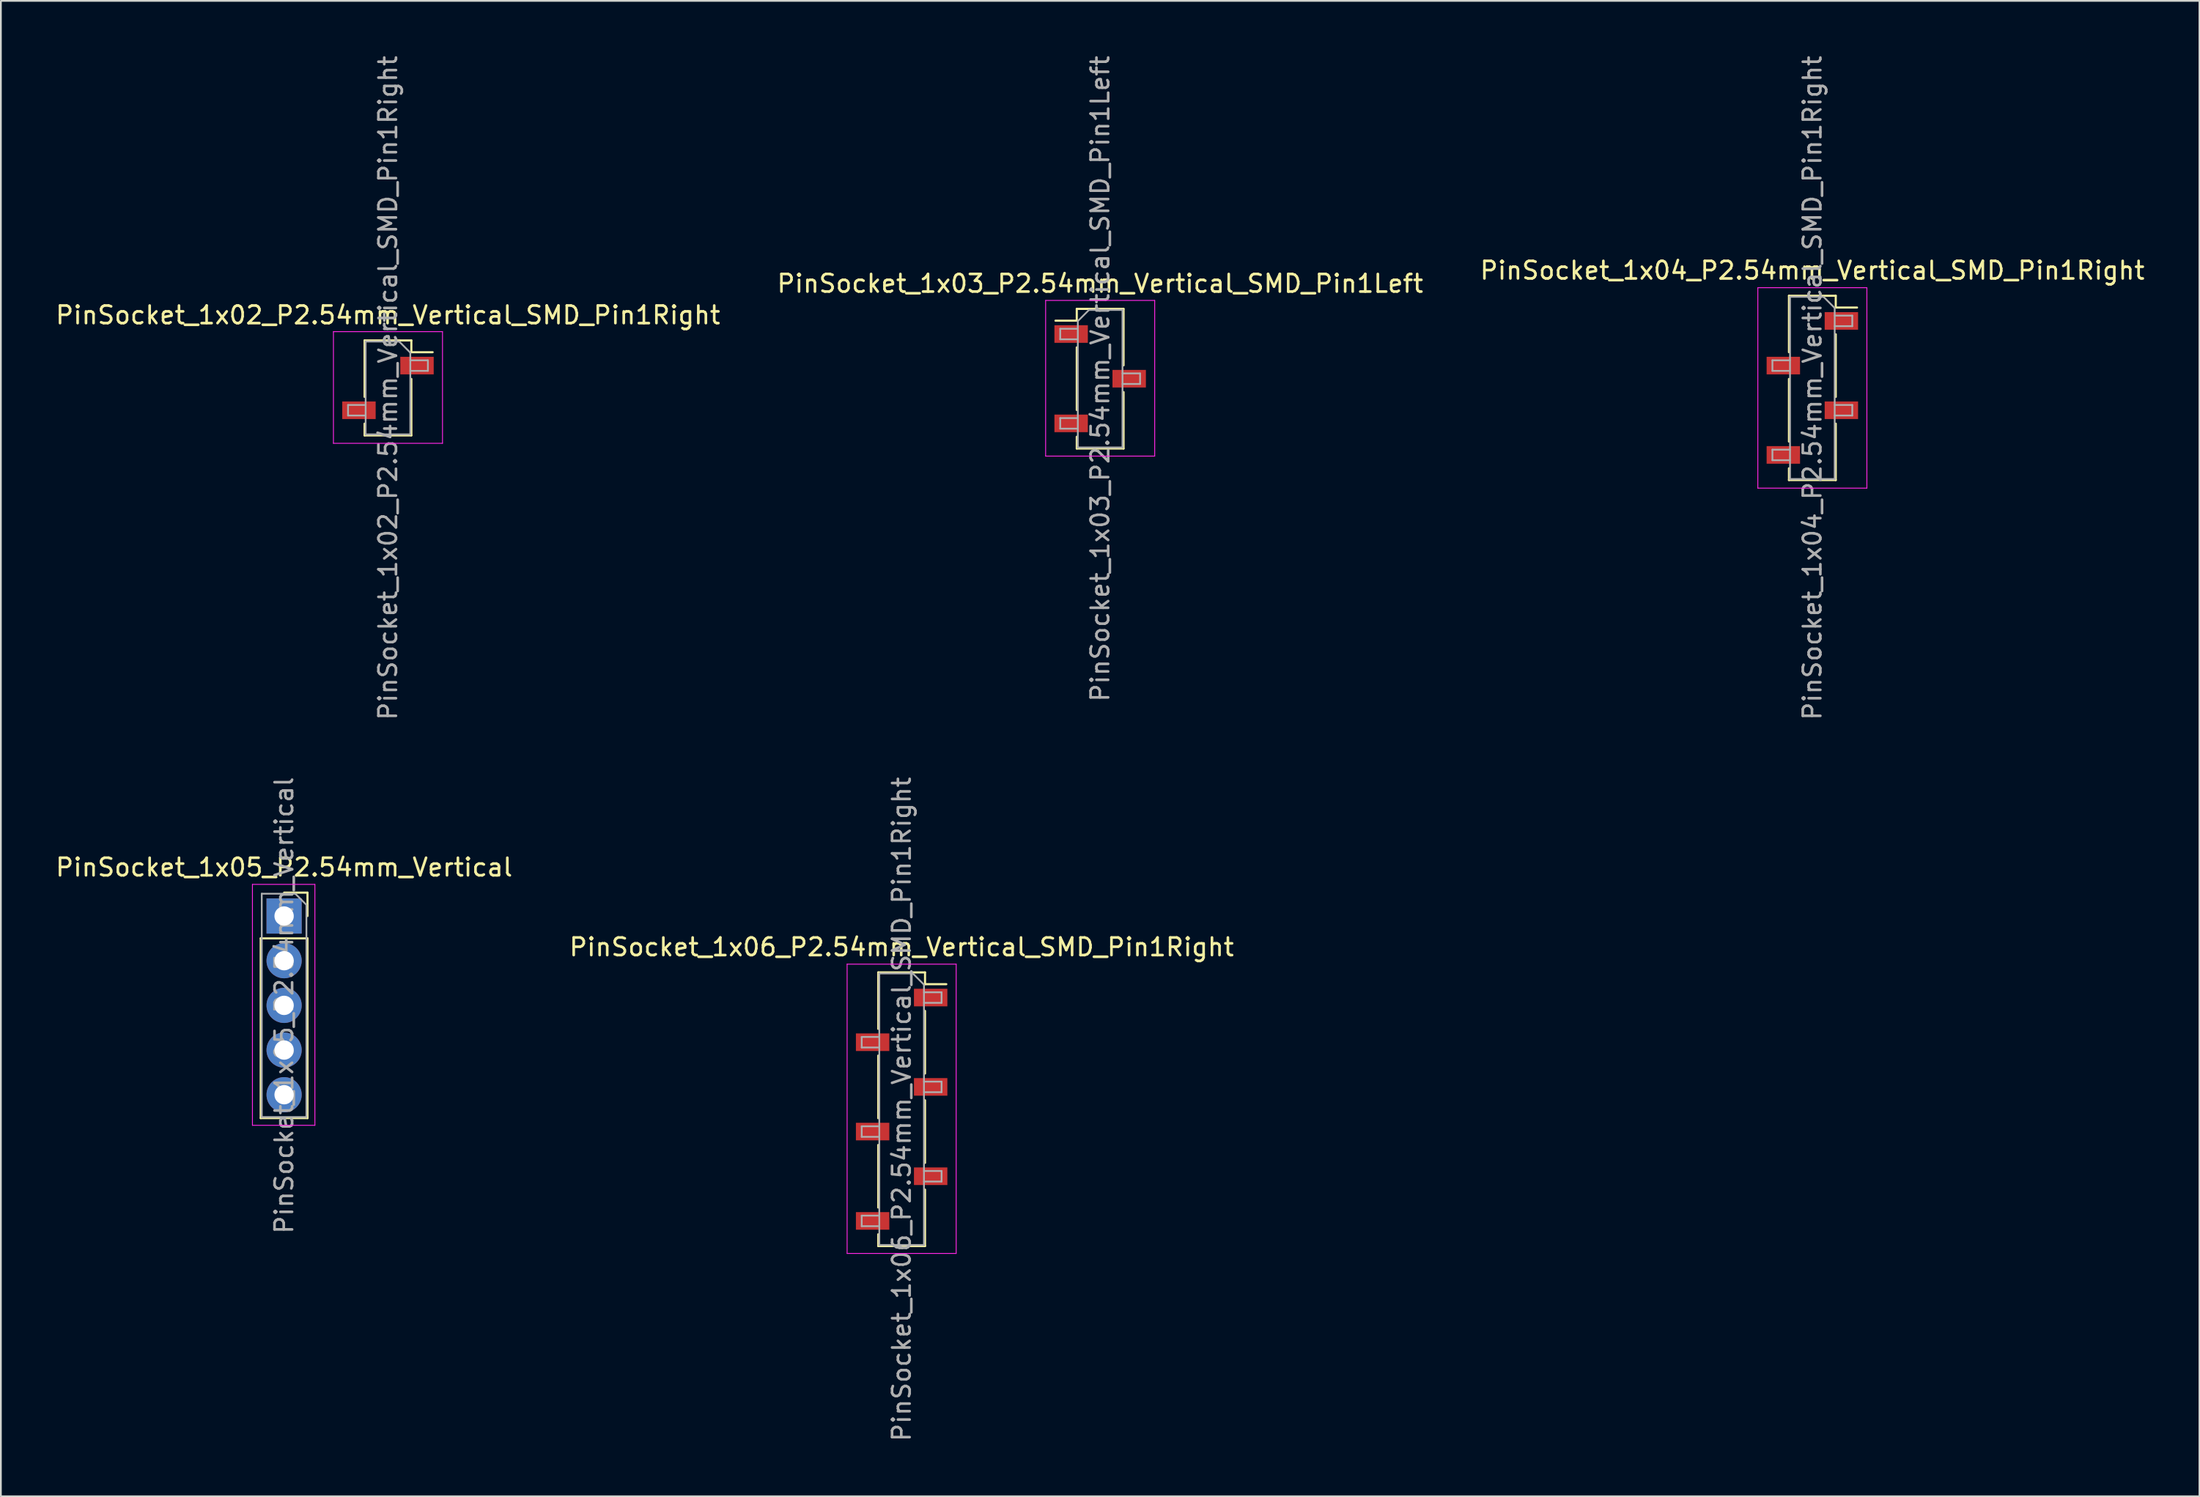
<source format=kicad_pcb>
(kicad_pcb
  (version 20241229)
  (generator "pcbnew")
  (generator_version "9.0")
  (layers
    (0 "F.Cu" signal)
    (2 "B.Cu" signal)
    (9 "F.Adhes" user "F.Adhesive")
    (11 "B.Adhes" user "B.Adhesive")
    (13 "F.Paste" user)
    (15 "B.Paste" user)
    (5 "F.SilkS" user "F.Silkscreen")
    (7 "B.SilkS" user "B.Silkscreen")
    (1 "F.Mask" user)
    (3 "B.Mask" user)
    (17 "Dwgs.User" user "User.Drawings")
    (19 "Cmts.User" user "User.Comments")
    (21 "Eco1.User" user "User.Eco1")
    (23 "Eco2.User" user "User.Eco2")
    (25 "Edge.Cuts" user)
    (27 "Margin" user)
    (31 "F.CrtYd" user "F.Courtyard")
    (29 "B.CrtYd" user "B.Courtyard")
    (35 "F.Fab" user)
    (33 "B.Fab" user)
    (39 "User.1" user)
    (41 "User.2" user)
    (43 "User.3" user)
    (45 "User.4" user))
  (footprint "PinSocket_1x05_P2.54mm_Vertical"
    (layer "F.Cu")
    (at 13.101 49.033)
    (property "Reference" "PinSocket_1x05_P2.54mm_Vertical" (at 0 -2.77 0) (layer "F.SilkS") (effects (font (size 1 1) (thickness 0.15))))
    (attr through_hole)
    (fp_line (start -1.33 1.27) (end -1.33 11.49) (stroke (width 0.12) (type solid)) (layer "F.SilkS"))
    (fp_line (start -1.33 1.27) (end 1.33 1.27) (stroke (width 0.12) (type solid)) (layer "F.SilkS"))
    (fp_line (start -1.33 11.49) (end 1.33 11.49) (stroke (width 0.12) (type solid)) (layer "F.SilkS"))
    (fp_line (start 0 -1.33) (end 1.33 -1.33) (stroke (width 0.12) (type solid)) (layer "F.SilkS"))
    (fp_line (start 1.33 -1.33) (end 1.33 0) (stroke (width 0.12) (type solid)) (layer "F.SilkS"))
    (fp_line (start 1.33 1.27) (end 1.33 11.49) (stroke (width 0.12) (type solid)) (layer "F.SilkS"))
    (fp_line (start -1.8 -1.8) (end 1.75 -1.8) (stroke (width 0.05) (type solid)) (layer "F.CrtYd"))
    (fp_line (start -1.8 11.9) (end -1.8 -1.8) (stroke (width 0.05) (type solid)) (layer "F.CrtYd"))
    (fp_line (start 1.75 -1.8) (end 1.75 11.9) (stroke (width 0.05) (type solid)) (layer "F.CrtYd"))
    (fp_line (start 1.75 11.9) (end -1.8 11.9) (stroke (width 0.05) (type solid)) (layer "F.CrtYd"))
    (fp_line (start -1.27 -1.27) (end 0.635 -1.27) (stroke (width 0.1) (type solid)) (layer "F.Fab"))
    (fp_line (start -1.27 11.43) (end -1.27 -1.27) (stroke (width 0.1) (type solid)) (layer "F.Fab"))
    (fp_line (start 0.635 -1.27) (end 1.27 -0.635) (stroke (width 0.1) (type solid)) (layer "F.Fab"))
    (fp_line (start 1.27 -0.635) (end 1.27 11.43) (stroke (width 0.1) (type solid)) (layer "F.Fab"))
    (fp_line (start 1.27 11.43) (end -1.27 11.43) (stroke (width 0.1) (type solid)) (layer "F.Fab"))
    (fp_text user "${REFERENCE}" (at 0 5.08 90) (layer "F.Fab") (effects (font (size 1 1) (thickness 0.15))))
    (pad "1" thru_hole rect (at 0 0) (size 2 2) (drill 1.1) (layers "*.Cu" "*.Mask"))
    (pad "2" thru_hole oval (at 0 2.54) (size 2 2) (drill 1.1) (layers "*.Cu" "*.Mask"))
    (pad "3" thru_hole oval (at 0 5.08) (size 2 2) (drill 1.1) (layers "*.Cu" "*.Mask"))
    (pad "4" thru_hole oval (at 0 7.62) (size 2 2) (drill 1.1) (layers "*.Cu" "*.Mask"))
    (pad "5" thru_hole oval (at 0 10.16) (size 2 2) (drill 1.1) (layers "*.Cu" "*.Mask")))
  (footprint "PinSocket_1x02_P2.54mm_Vertical_SMD_Pin1Right"
    (layer "F.Cu")
    (at 19.006 19.006)
    (property "Reference" "PinSocket_1x02_P2.54mm_Vertical_SMD_Pin1Right" (at 0 -4.14 0) (layer "F.SilkS") (effects (font (size 1 1) (thickness 0.15))))
    (attr smd)
    (fp_line (start -1.33 -2.7) (end -1.33 0.51) (stroke (width 0.12) (type solid)) (layer "F.SilkS"))
    (fp_line (start -1.33 -2.7) (end 1.33 -2.7) (stroke (width 0.12) (type solid)) (layer "F.SilkS"))
    (fp_line (start -1.33 2.03) (end -1.33 2.7) (stroke (width 0.12) (type solid)) (layer "F.SilkS"))
    (fp_line (start -1.33 2.7) (end 1.33 2.7) (stroke (width 0.12) (type solid)) (layer "F.SilkS"))
    (fp_line (start 1.33 -2.7) (end 1.33 -2.03) (stroke (width 0.12) (type solid)) (layer "F.SilkS"))
    (fp_line (start 1.33 -2.03) (end 2.54 -2.03) (stroke (width 0.12) (type solid)) (layer "F.SilkS"))
    (fp_line (start 1.33 -0.51) (end 1.33 2.7) (stroke (width 0.12) (type solid)) (layer "F.SilkS"))
    (fp_line (start -3.1 -3.2) (end 3.1 -3.2) (stroke (width 0.05) (type solid)) (layer "F.CrtYd"))
    (fp_line (start -3.1 3.15) (end -3.1 -3.2) (stroke (width 0.05) (type solid)) (layer "F.CrtYd"))
    (fp_line (start 3.1 -3.2) (end 3.1 3.15) (stroke (width 0.05) (type solid)) (layer "F.CrtYd"))
    (fp_line (start 3.1 3.15) (end -3.1 3.15) (stroke (width 0.05) (type solid)) (layer "F.CrtYd"))
    (fp_line (start -2.27 0.97) (end -1.27 0.97) (stroke (width 0.1) (type solid)) (layer "F.Fab"))
    (fp_line (start -2.27 1.57) (end -2.27 0.97) (stroke (width 0.1) (type solid)) (layer "F.Fab"))
    (fp_line (start -1.27 -2.64) (end 0.635 -2.64) (stroke (width 0.1) (type solid)) (layer "F.Fab"))
    (fp_line (start -1.27 1.57) (end -2.27 1.57) (stroke (width 0.1) (type solid)) (layer "F.Fab"))
    (fp_line (start -1.27 2.64) (end -1.27 -2.64) (stroke (width 0.1) (type solid)) (layer "F.Fab"))
    (fp_line (start 0.635 -2.64) (end 1.27 -2.005) (stroke (width 0.1) (type solid)) (layer "F.Fab"))
    (fp_line (start 1.27 -2.005) (end 1.27 2.64) (stroke (width 0.1) (type solid)) (layer "F.Fab"))
    (fp_line (start 1.27 -1.57) (end 2.27 -1.57) (stroke (width 0.1) (type solid)) (layer "F.Fab"))
    (fp_line (start 1.27 2.64) (end -1.27 2.64) (stroke (width 0.1) (type solid)) (layer "F.Fab"))
    (fp_line (start 2.27 -1.57) (end 2.27 -0.97) (stroke (width 0.1) (type solid)) (layer "F.Fab"))
    (fp_line (start 2.27 -0.97) (end 1.27 -0.97) (stroke (width 0.1) (type solid)) (layer "F.Fab"))
    (fp_text user "${REFERENCE}" (at 0 0 90) (layer "F.Fab") (effects (font (size 1 1) (thickness 0.15))))
    (pad "1" smd rect (at 1.65 -1.27) (size 1.9 1) (layers "F.Cu" "F.Mask" "F.Paste"))
    (pad "2" smd rect (at -1.65 1.27) (size 1.9 1) (layers "F.Cu" "F.Mask" "F.Paste")))
  (footprint "PinSocket_1x03_P2.54mm_Vertical_SMD_Pin1Left"
    (layer "F.Cu")
    (at 59.494 18.482)
    (property "Reference" "PinSocket_1x03_P2.54mm_Vertical_SMD_Pin1Left" (at 0 -5.41 0) (layer "F.SilkS") (effects (font (size 1 1) (thickness 0.15))))
    (attr smd)
    (fp_line (start -2.54 -3.3) (end -1.33 -3.3) (stroke (width 0.12) (type solid)) (layer "F.SilkS"))
    (fp_line (start -1.33 -3.97) (end -1.33 -3.3) (stroke (width 0.12) (type solid)) (layer "F.SilkS"))
    (fp_line (start -1.33 -3.97) (end 1.33 -3.97) (stroke (width 0.12) (type solid)) (layer "F.SilkS"))
    (fp_line (start -1.33 -1.78) (end -1.33 1.78) (stroke (width 0.12) (type solid)) (layer "F.SilkS"))
    (fp_line (start -1.33 3.3) (end -1.33 3.97) (stroke (width 0.12) (type solid)) (layer "F.SilkS"))
    (fp_line (start -1.33 3.97) (end 1.33 3.97) (stroke (width 0.12) (type solid)) (layer "F.SilkS"))
    (fp_line (start 1.33 -3.97) (end 1.33 -0.76) (stroke (width 0.12) (type solid)) (layer "F.SilkS"))
    (fp_line (start 1.33 0.76) (end 1.33 3.97) (stroke (width 0.12) (type solid)) (layer "F.SilkS"))
    (fp_line (start -3.1 -4.45) (end 3.1 -4.45) (stroke (width 0.05) (type solid)) (layer "F.CrtYd"))
    (fp_line (start -3.1 4.4) (end -3.1 -4.45) (stroke (width 0.05) (type solid)) (layer "F.CrtYd"))
    (fp_line (start 3.1 -4.45) (end 3.1 4.4) (stroke (width 0.05) (type solid)) (layer "F.CrtYd"))
    (fp_line (start 3.1 4.4) (end -3.1 4.4) (stroke (width 0.05) (type solid)) (layer "F.CrtYd"))
    (fp_line (start -2.27 -2.84) (end -1.27 -2.84) (stroke (width 0.1) (type solid)) (layer "F.Fab"))
    (fp_line (start -2.27 -2.24) (end -2.27 -2.84) (stroke (width 0.1) (type solid)) (layer "F.Fab"))
    (fp_line (start -2.27 2.24) (end -1.27 2.24) (stroke (width 0.1) (type solid)) (layer "F.Fab"))
    (fp_line (start -2.27 2.84) (end -2.27 2.24) (stroke (width 0.1) (type solid)) (layer "F.Fab"))
    (fp_line (start -1.27 -3.275) (end -0.635 -3.91) (stroke (width 0.1) (type solid)) (layer "F.Fab"))
    (fp_line (start -1.27 -2.24) (end -2.27 -2.24) (stroke (width 0.1) (type solid)) (layer "F.Fab"))
    (fp_line (start -1.27 2.84) (end -2.27 2.84) (stroke (width 0.1) (type solid)) (layer "F.Fab"))
    (fp_line (start -1.27 3.91) (end -1.27 -3.275) (stroke (width 0.1) (type solid)) (layer "F.Fab"))
    (fp_line (start -0.635 -3.91) (end 1.27 -3.91) (stroke (width 0.1) (type solid)) (layer "F.Fab"))
    (fp_line (start 1.27 -3.91) (end 1.27 3.91) (stroke (width 0.1) (type solid)) (layer "F.Fab"))
    (fp_line (start 1.27 -0.3) (end 2.27 -0.3) (stroke (width 0.1) (type solid)) (layer "F.Fab"))
    (fp_line (start 1.27 3.91) (end -1.27 3.91) (stroke (width 0.1) (type solid)) (layer "F.Fab"))
    (fp_line (start 2.27 -0.3) (end 2.27 0.3) (stroke (width 0.1) (type solid)) (layer "F.Fab"))
    (fp_line (start 2.27 0.3) (end 1.27 0.3) (stroke (width 0.1) (type solid)) (layer "F.Fab"))
    (fp_text user "${REFERENCE}" (at 0 0 90) (layer "F.Fab") (effects (font (size 1 1) (thickness 0.15))))
    (pad "1" smd rect (at -1.65 -2.54) (size 1.9 1) (layers "F.Cu" "F.Mask" "F.Paste"))
    (pad "2" smd rect (at 1.65 0) (size 1.9 1) (layers "F.Cu" "F.Mask" "F.Paste"))
    (pad "3" smd rect (at -1.65 2.54) (size 1.9 1) (layers "F.Cu" "F.Mask" "F.Paste")))
  (footprint "PinSocket_1x06_P2.54mm_Vertical_SMD_Pin1Right"
    (layer "F.Cu")
    (at 48.208 60.018)
    (property "Reference" "PinSocket_1x06_P2.54mm_Vertical_SMD_Pin1Right" (at 0 -9.22 0) (layer "F.SilkS") (effects (font (size 1 1) (thickness 0.15))))
    (attr smd)
    (fp_line (start -1.33 -7.78) (end -1.33 -4.57) (stroke (width 0.12) (type solid)) (layer "F.SilkS"))
    (fp_line (start -1.33 -7.78) (end 1.33 -7.78) (stroke (width 0.12) (type solid)) (layer "F.SilkS"))
    (fp_line (start -1.33 -3.05) (end -1.33 0.51) (stroke (width 0.12) (type solid)) (layer "F.SilkS"))
    (fp_line (start -1.33 2.03) (end -1.33 5.59) (stroke (width 0.12) (type solid)) (layer "F.SilkS"))
    (fp_line (start -1.33 7.11) (end -1.33 7.78) (stroke (width 0.12) (type solid)) (layer "F.SilkS"))
    (fp_line (start -1.33 7.78) (end 1.33 7.78) (stroke (width 0.12) (type solid)) (layer "F.SilkS"))
    (fp_line (start 1.33 -7.78) (end 1.33 -7.11) (stroke (width 0.12) (type solid)) (layer "F.SilkS"))
    (fp_line (start 1.33 -7.11) (end 2.54 -7.11) (stroke (width 0.12) (type solid)) (layer "F.SilkS"))
    (fp_line (start 1.33 -5.59) (end 1.33 -2.03) (stroke (width 0.12) (type solid)) (layer "F.SilkS"))
    (fp_line (start 1.33 -0.51) (end 1.33 3.05) (stroke (width 0.12) (type solid)) (layer "F.SilkS"))
    (fp_line (start 1.33 4.57) (end 1.33 7.78) (stroke (width 0.12) (type solid)) (layer "F.SilkS"))
    (fp_line (start -3.1 -8.25) (end 3.1 -8.25) (stroke (width 0.05) (type solid)) (layer "F.CrtYd"))
    (fp_line (start -3.1 8.2) (end -3.1 -8.25) (stroke (width 0.05) (type solid)) (layer "F.CrtYd"))
    (fp_line (start 3.1 -8.25) (end 3.1 8.2) (stroke (width 0.05) (type solid)) (layer "F.CrtYd"))
    (fp_line (start 3.1 8.2) (end -3.1 8.2) (stroke (width 0.05) (type solid)) (layer "F.CrtYd"))
    (fp_line (start -2.27 -4.11) (end -1.27 -4.11) (stroke (width 0.1) (type solid)) (layer "F.Fab"))
    (fp_line (start -2.27 -3.51) (end -2.27 -4.11) (stroke (width 0.1) (type solid)) (layer "F.Fab"))
    (fp_line (start -2.27 0.97) (end -1.27 0.97) (stroke (width 0.1) (type solid)) (layer "F.Fab"))
    (fp_line (start -2.27 1.57) (end -2.27 0.97) (stroke (width 0.1) (type solid)) (layer "F.Fab"))
    (fp_line (start -2.27 6.05) (end -1.27 6.05) (stroke (width 0.1) (type solid)) (layer "F.Fab"))
    (fp_line (start -2.27 6.65) (end -2.27 6.05) (stroke (width 0.1) (type solid)) (layer "F.Fab"))
    (fp_line (start -1.27 -7.72) (end 0.635 -7.72) (stroke (width 0.1) (type solid)) (layer "F.Fab"))
    (fp_line (start -1.27 -3.51) (end -2.27 -3.51) (stroke (width 0.1) (type solid)) (layer "F.Fab"))
    (fp_line (start -1.27 1.57) (end -2.27 1.57) (stroke (width 0.1) (type solid)) (layer "F.Fab"))
    (fp_line (start -1.27 6.65) (end -2.27 6.65) (stroke (width 0.1) (type solid)) (layer "F.Fab"))
    (fp_line (start -1.27 7.72) (end -1.27 -7.72) (stroke (width 0.1) (type solid)) (layer "F.Fab"))
    (fp_line (start 0.635 -7.72) (end 1.27 -7.085) (stroke (width 0.1) (type solid)) (layer "F.Fab"))
    (fp_line (start 1.27 -7.085) (end 1.27 7.72) (stroke (width 0.1) (type solid)) (layer "F.Fab"))
    (fp_line (start 1.27 -6.65) (end 2.27 -6.65) (stroke (width 0.1) (type solid)) (layer "F.Fab"))
    (fp_line (start 1.27 -1.57) (end 2.27 -1.57) (stroke (width 0.1) (type solid)) (layer "F.Fab"))
    (fp_line (start 1.27 3.51) (end 2.27 3.51) (stroke (width 0.1) (type solid)) (layer "F.Fab"))
    (fp_line (start 1.27 7.72) (end -1.27 7.72) (stroke (width 0.1) (type solid)) (layer "F.Fab"))
    (fp_line (start 2.27 -6.65) (end 2.27 -6.05) (stroke (width 0.1) (type solid)) (layer "F.Fab"))
    (fp_line (start 2.27 -6.05) (end 1.27 -6.05) (stroke (width 0.1) (type solid)) (layer "F.Fab"))
    (fp_line (start 2.27 -1.57) (end 2.27 -0.97) (stroke (width 0.1) (type solid)) (layer "F.Fab"))
    (fp_line (start 2.27 -0.97) (end 1.27 -0.97) (stroke (width 0.1) (type solid)) (layer "F.Fab"))
    (fp_line (start 2.27 3.51) (end 2.27 4.11) (stroke (width 0.1) (type solid)) (layer "F.Fab"))
    (fp_line (start 2.27 4.11) (end 1.27 4.11) (stroke (width 0.1) (type solid)) (layer "F.Fab"))
    (fp_text user "${REFERENCE}" (at 0 0 90) (layer "F.Fab") (effects (font (size 1 1) (thickness 0.15))))
    (pad "1" smd rect (at 1.65 -6.35) (size 1.9 1) (layers "F.Cu" "F.Mask" "F.Paste"))
    (pad "2" smd rect (at -1.65 -3.81) (size 1.9 1) (layers "F.Cu" "F.Mask" "F.Paste"))
    (pad "3" smd rect (at 1.65 -1.27) (size 1.9 1) (layers "F.Cu" "F.Mask" "F.Paste"))
    (pad "4" smd rect (at -1.65 1.27) (size 1.9 1) (layers "F.Cu" "F.Mask" "F.Paste"))
    (pad "5" smd rect (at 1.65 3.81) (size 1.9 1) (layers "F.Cu" "F.Mask" "F.Paste"))
    (pad "6" smd rect (at -1.65 6.35) (size 1.9 1) (layers "F.Cu" "F.Mask" "F.Paste")))
  (footprint "PinSocket_1x04_P2.54mm_Vertical_SMD_Pin1Right"
    (layer "F.Cu")
    (at 99.982 19.006)
    (property "Reference" "PinSocket_1x04_P2.54mm_Vertical_SMD_Pin1Right" (at 0 -6.68 0) (layer "F.SilkS") (effects (font (size 1 1) (thickness 0.15))))
    (attr smd)
    (fp_line (start -1.33 -5.24) (end -1.33 -2.03) (stroke (width 0.12) (type solid)) (layer "F.SilkS"))
    (fp_line (start -1.33 -5.24) (end 1.33 -5.24) (stroke (width 0.12) (type solid)) (layer "F.SilkS"))
    (fp_line (start -1.33 -0.51) (end -1.33 3.05) (stroke (width 0.12) (type solid)) (layer "F.SilkS"))
    (fp_line (start -1.33 4.57) (end -1.33 5.24) (stroke (width 0.12) (type solid)) (layer "F.SilkS"))
    (fp_line (start -1.33 5.24) (end 1.33 5.24) (stroke (width 0.12) (type solid)) (layer "F.SilkS"))
    (fp_line (start 1.33 -5.24) (end 1.33 -4.57) (stroke (width 0.12) (type solid)) (layer "F.SilkS"))
    (fp_line (start 1.33 -4.57) (end 2.54 -4.57) (stroke (width 0.12) (type solid)) (layer "F.SilkS"))
    (fp_line (start 1.33 -3.05) (end 1.33 0.51) (stroke (width 0.12) (type solid)) (layer "F.SilkS"))
    (fp_line (start 1.33 2.03) (end 1.33 5.24) (stroke (width 0.12) (type solid)) (layer "F.SilkS"))
    (fp_line (start -3.1 -5.7) (end 3.1 -5.7) (stroke (width 0.05) (type solid)) (layer "F.CrtYd"))
    (fp_line (start -3.1 5.7) (end -3.1 -5.7) (stroke (width 0.05) (type solid)) (layer "F.CrtYd"))
    (fp_line (start 3.1 -5.7) (end 3.1 5.7) (stroke (width 0.05) (type solid)) (layer "F.CrtYd"))
    (fp_line (start 3.1 5.7) (end -3.1 5.7) (stroke (width 0.05) (type solid)) (layer "F.CrtYd"))
    (fp_line (start -2.27 -1.57) (end -1.27 -1.57) (stroke (width 0.1) (type solid)) (layer "F.Fab"))
    (fp_line (start -2.27 -0.97) (end -2.27 -1.57) (stroke (width 0.1) (type solid)) (layer "F.Fab"))
    (fp_line (start -2.27 3.51) (end -1.27 3.51) (stroke (width 0.1) (type solid)) (layer "F.Fab"))
    (fp_line (start -2.27 4.11) (end -2.27 3.51) (stroke (width 0.1) (type solid)) (layer "F.Fab"))
    (fp_line (start -1.27 -5.18) (end 0.635 -5.18) (stroke (width 0.1) (type solid)) (layer "F.Fab"))
    (fp_line (start -1.27 -0.97) (end -2.27 -0.97) (stroke (width 0.1) (type solid)) (layer "F.Fab"))
    (fp_line (start -1.27 4.11) (end -2.27 4.11) (stroke (width 0.1) (type solid)) (layer "F.Fab"))
    (fp_line (start -1.27 5.18) (end -1.27 -5.18) (stroke (width 0.1) (type solid)) (layer "F.Fab"))
    (fp_line (start 0.635 -5.18) (end 1.27 -4.545) (stroke (width 0.1) (type solid)) (layer "F.Fab"))
    (fp_line (start 1.27 -4.545) (end 1.27 5.18) (stroke (width 0.1) (type solid)) (layer "F.Fab"))
    (fp_line (start 1.27 -4.11) (end 2.27 -4.11) (stroke (width 0.1) (type solid)) (layer "F.Fab"))
    (fp_line (start 1.27 0.97) (end 2.27 0.97) (stroke (width 0.1) (type solid)) (layer "F.Fab"))
    (fp_line (start 1.27 5.18) (end -1.27 5.18) (stroke (width 0.1) (type solid)) (layer "F.Fab"))
    (fp_line (start 2.27 -4.11) (end 2.27 -3.51) (stroke (width 0.1) (type solid)) (layer "F.Fab"))
    (fp_line (start 2.27 -3.51) (end 1.27 -3.51) (stroke (width 0.1) (type solid)) (layer "F.Fab"))
    (fp_line (start 2.27 0.97) (end 2.27 1.57) (stroke (width 0.1) (type solid)) (layer "F.Fab"))
    (fp_line (start 2.27 1.57) (end 1.27 1.57) (stroke (width 0.1) (type solid)) (layer "F.Fab"))
    (fp_text user "${REFERENCE}" (at 0 0 90) (layer "F.Fab") (effects (font (size 1 1) (thickness 0.15))))
    (pad "1" smd rect (at 1.65 -3.81) (size 1.9 1) (layers "F.Cu" "F.Mask" "F.Paste"))
    (pad "2" smd rect (at -1.65 -1.27) (size 1.9 1) (layers "F.Cu" "F.Mask" "F.Paste"))
    (pad "3" smd rect (at 1.65 1.27) (size 1.9 1) (layers "F.Cu" "F.Mask" "F.Paste"))
    (pad "4" smd rect (at -1.65 3.81) (size 1.9 1) (layers "F.Cu" "F.Mask" "F.Paste")))
  (gr_rect
    (start -3 -3)
    (end 121.988 82.024)
    (stroke (width 0.1) (type default))
    (fill no)
    (layer "Edge.Cuts")))
</source>
